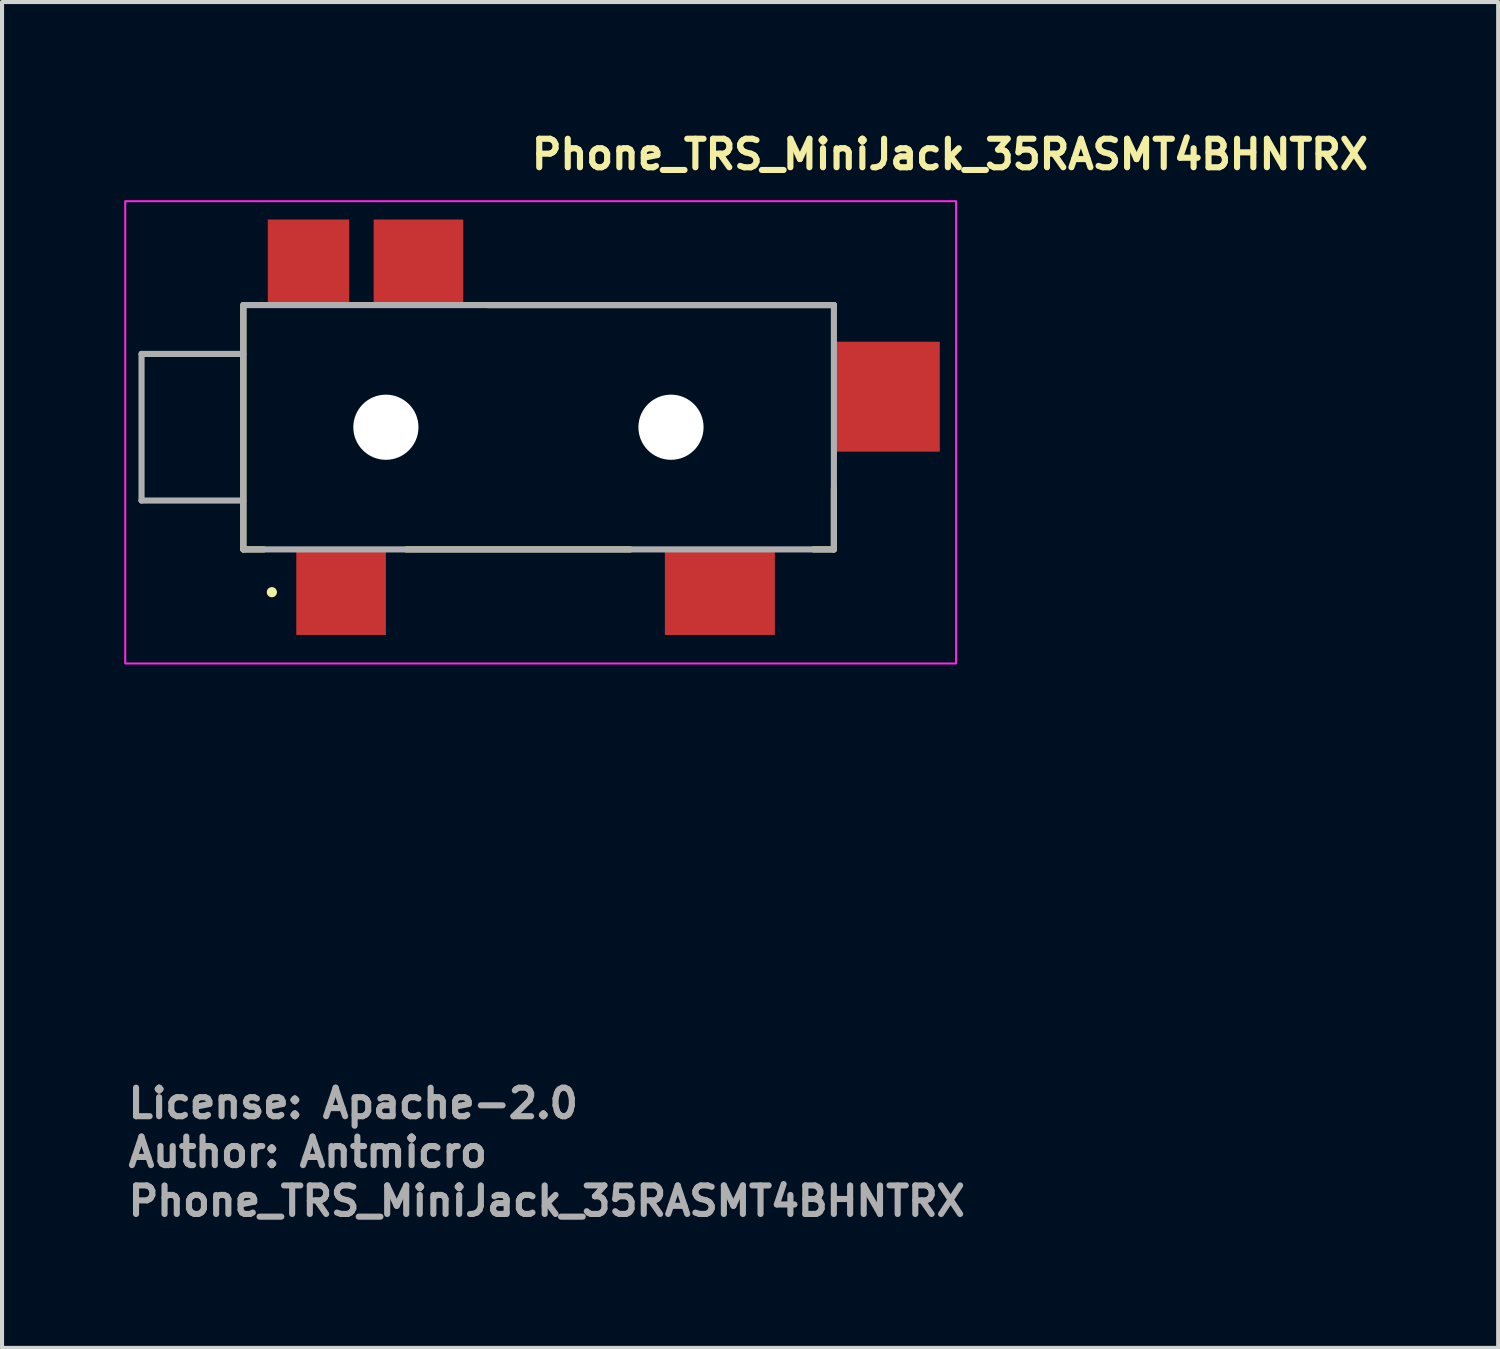
<source format=kicad_pcb>
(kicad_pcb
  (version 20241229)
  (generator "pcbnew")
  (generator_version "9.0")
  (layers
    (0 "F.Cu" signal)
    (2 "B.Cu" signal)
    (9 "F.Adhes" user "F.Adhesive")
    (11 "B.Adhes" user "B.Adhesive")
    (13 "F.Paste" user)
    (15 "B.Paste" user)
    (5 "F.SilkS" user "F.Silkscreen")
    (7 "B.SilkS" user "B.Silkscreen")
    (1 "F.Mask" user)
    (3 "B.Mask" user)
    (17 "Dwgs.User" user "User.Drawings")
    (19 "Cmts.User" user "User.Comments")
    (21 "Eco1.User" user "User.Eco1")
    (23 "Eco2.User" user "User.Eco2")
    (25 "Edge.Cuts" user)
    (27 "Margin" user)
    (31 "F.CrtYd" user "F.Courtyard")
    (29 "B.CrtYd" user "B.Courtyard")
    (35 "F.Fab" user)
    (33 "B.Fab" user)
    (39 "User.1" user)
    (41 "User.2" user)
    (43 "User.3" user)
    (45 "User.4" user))
  (footprint "Phone_TRS_MiniJack_35RASMT4BHNTRX"
    (layer "F.Cu")
    (at 9.925 7.45)
    (property "Reference" "Phone_TRS_MiniJack_35RASMT4BHNTRX" (at 0 -6.3 0) (layer "F.SilkS") (effects (font (size 0.7 0.7) (thickness 0.15)) (justify left bottom)))
    (attr smd)
    (fp_line (start -7 2.99) (end -7 -3.01) (stroke (width 0.15) (type solid)) (layer "F.SilkS"))
    (fp_line (start -6.5 2.99) (end -7 2.99) (stroke (width 0.15) (type solid)) (layer "F.SilkS"))
    (fp_line (start -3 2.99) (end 2.5 2.99) (stroke (width 0.15) (type solid)) (layer "F.SilkS"))
    (fp_line (start -1 -3.01) (end 7.5 -3.01) (stroke (width 0.15) (type solid)) (layer "F.SilkS"))
    (fp_line (start 7 2.99) (end 7.5 2.99) (stroke (width 0.15) (type solid)) (layer "F.SilkS"))
    (fp_line (start 7.5 2.99) (end 7.5 1.49) (stroke (width 0.15) (type solid)) (layer "F.SilkS"))
    (fp_circle (center -6.3 4.04) (end -6.25 4.04) (stroke (width 0.15) (type solid)) (fill yes) (layer "F.SilkS"))
    (fp_rect (start -9.9 -5.56) (end 10.5 5.79) (stroke (width 0.05) (type solid)) (fill no) (layer "F.CrtYd"))
    (fp_line (start -9.5 -1.81) (end -9.5 1.79) (stroke (width 0.15) (type solid)) (layer "F.Fab"))
    (fp_line (start -9.5 1.79) (end -7 1.79) (stroke (width 0.15) (type solid)) (layer "F.Fab"))
    (fp_line (start -7 -3.01) (end 7.5 -3.01) (stroke (width 0.15) (type solid)) (layer "F.Fab"))
    (fp_line (start -7 -1.81) (end -9.5 -1.81) (stroke (width 0.15) (type solid)) (layer "F.Fab"))
    (fp_line (start -7 2.99) (end -7 -3.01) (stroke (width 0.15) (type solid)) (layer "F.Fab"))
    (fp_line (start 7.5 -3.01) (end 7.5 2.99) (stroke (width 0.15) (type solid)) (layer "F.Fab"))
    (fp_line (start 7.5 2.99) (end -7 2.99) (stroke (width 0.15) (type solid)) (layer "F.Fab"))
    (fp_rect (start -9.5 -4.496) (end 9.5 4.496) (stroke (width 0.1) (type solid)) (fill no) (layer "User.5"))
    (fp_line (start -9.5 -2.375) (end -9.5 -2.315) (stroke (width 0.02) (type solid)) (layer "User.9"))
    (fp_line (start -9.5 -2.375) (end -9.373 -2.502) (stroke (width 0.02) (type solid)) (layer "User.9"))
    (fp_line (start -9.5 -2.315) (end -9.5 -2.315) (stroke (width 0.02) (type solid)) (layer "User.9"))
    (fp_line (start -9.5 -2.315) (end -9.5 -2.14) (stroke (width 0.02) (type solid)) (layer "User.9"))
    (fp_line (start -9.5 -2.14) (end -9.5 -2.14) (stroke (width 0.02) (type solid)) (layer "User.9"))
    (fp_line (start -9.5 -2.14) (end -9.5 -1.857) (stroke (width 0.02) (type solid)) (layer "User.9"))
    (fp_line (start -9.5 -1.857) (end -9.5 -1.857) (stroke (width 0.02) (type solid)) (layer "User.9"))
    (fp_line (start -9.5 -1.857) (end -9.5 -1.481) (stroke (width 0.02) (type solid)) (layer "User.9"))
    (fp_line (start -9.5 -1.481) (end -9.5 -1.481) (stroke (width 0.02) (type solid)) (layer "User.9"))
    (fp_line (start -9.5 -1.481) (end -9.5 -1.03) (stroke (width 0.02) (type solid)) (layer "User.9"))
    (fp_line (start -9.5 -1.03) (end -9.5 -1.03) (stroke (width 0.02) (type solid)) (layer "User.9"))
    (fp_line (start -9.5 -1.03) (end -9.5 -0.528) (stroke (width 0.02) (type solid)) (layer "User.9"))
    (fp_line (start -9.5 -0.528) (end -9.5 -0.528) (stroke (width 0.02) (type solid)) (layer "User.9"))
    (fp_line (start -9.5 -0.528) (end -9.5 0) (stroke (width 0.02) (type solid)) (layer "User.9"))
    (fp_line (start -9.5 0) (end -9.5 0) (stroke (width 0.02) (type solid)) (layer "User.9"))
    (fp_line (start -9.5 0) (end -9.5 0.528) (stroke (width 0.02) (type solid)) (layer "User.9"))
    (fp_line (start -9.5 0.528) (end -9.5 0.528) (stroke (width 0.02) (type solid)) (layer "User.9"))
    (fp_line (start -9.5 0.528) (end -9.5 1.03) (stroke (width 0.02) (type solid)) (layer "User.9"))
    (fp_line (start -9.5 1.03) (end -9.5 1.03) (stroke (width 0.02) (type solid)) (layer "User.9"))
    (fp_line (start -9.5 1.03) (end -9.5 1.481) (stroke (width 0.02) (type solid)) (layer "User.9"))
    (fp_line (start -9.5 1.481) (end -9.5 1.481) (stroke (width 0.02) (type solid)) (layer "User.9"))
    (fp_line (start -9.5 1.481) (end -9.5 1.857) (stroke (width 0.02) (type solid)) (layer "User.9"))
    (fp_line (start -9.5 1.857) (end -9.5 1.857) (stroke (width 0.02) (type solid)) (layer "User.9"))
    (fp_line (start -9.5 1.857) (end -9.5 2.14) (stroke (width 0.02) (type solid)) (layer "User.9"))
    (fp_line (start -9.5 2.14) (end -9.5 2.14) (stroke (width 0.02) (type solid)) (layer "User.9"))
    (fp_line (start -9.5 2.14) (end -9.5 2.315) (stroke (width 0.02) (type solid)) (layer "User.9"))
    (fp_line (start -9.5 2.315) (end -9.5 2.315) (stroke (width 0.02) (type solid)) (layer "User.9"))
    (fp_line (start -9.5 2.315) (end -9.5 2.375) (stroke (width 0.02) (type solid)) (layer "User.9"))
    (fp_line (start -9.5 2.375) (end -9.373 2.502) (stroke (width 0.02) (type solid)) (layer "User.9"))
    (fp_line (start -9.373 -2.502) (end -9.373 -2.439) (stroke (width 0.02) (type solid)) (layer "User.9"))
    (fp_line (start -9.373 -2.502) (end -7.01 -2.502) (stroke (width 0.02) (type solid)) (layer "User.9"))
    (fp_line (start -9.373 -2.439) (end -9.373 -2.439) (stroke (width 0.02) (type solid)) (layer "User.9"))
    (fp_line (start -9.373 -2.439) (end -9.373 -2.254) (stroke (width 0.02) (type solid)) (layer "User.9"))
    (fp_line (start -9.373 -2.254) (end -9.373 -2.254) (stroke (width 0.02) (type solid)) (layer "User.9"))
    (fp_line (start -9.373 -2.254) (end -9.373 -1.956) (stroke (width 0.02) (type solid)) (layer "User.9"))
    (fp_line (start -9.373 -1.956) (end -9.373 -1.956) (stroke (width 0.02) (type solid)) (layer "User.9"))
    (fp_line (start -9.373 -1.956) (end -9.373 -1.56) (stroke (width 0.02) (type solid)) (layer "User.9"))
    (fp_line (start -9.373 -1.56) (end -9.373 -1.56) (stroke (width 0.02) (type solid)) (layer "User.9"))
    (fp_line (start -9.373 -1.56) (end -9.373 -1.086) (stroke (width 0.02) (type solid)) (layer "User.9"))
    (fp_line (start -9.373 -1.086) (end -9.373 -1.086) (stroke (width 0.02) (type solid)) (layer "User.9"))
    (fp_line (start -9.373 -1.086) (end -9.373 -0.557) (stroke (width 0.02) (type solid)) (layer "User.9"))
    (fp_line (start -9.373 -0.557) (end -9.373 -0.557) (stroke (width 0.02) (type solid)) (layer "User.9"))
    (fp_line (start -9.373 -0.557) (end -9.373 0) (stroke (width 0.02) (type solid)) (layer "User.9"))
    (fp_line (start -9.373 0) (end -9.373 0) (stroke (width 0.02) (type solid)) (layer "User.9"))
    (fp_line (start -9.373 0) (end -9.373 0.557) (stroke (width 0.02) (type solid)) (layer "User.9"))
    (fp_line (start -9.373 0.557) (end -9.373 0.557) (stroke (width 0.02) (type solid)) (layer "User.9"))
    (fp_line (start -9.373 0.557) (end -9.373 1.086) (stroke (width 0.02) (type solid)) (layer "User.9"))
    (fp_line (start -9.373 1.086) (end -9.373 1.086) (stroke (width 0.02) (type solid)) (layer "User.9"))
    (fp_line (start -9.373 1.086) (end -9.373 1.56) (stroke (width 0.02) (type solid)) (layer "User.9"))
    (fp_line (start -9.373 1.56) (end -9.373 1.56) (stroke (width 0.02) (type solid)) (layer "User.9"))
    (fp_line (start -9.373 1.56) (end -9.373 1.956) (stroke (width 0.02) (type solid)) (layer "User.9"))
    (fp_line (start -9.373 1.956) (end -9.373 1.956) (stroke (width 0.02) (type solid)) (layer "User.9"))
    (fp_line (start -9.373 1.956) (end -9.373 2.254) (stroke (width 0.02) (type solid)) (layer "User.9"))
    (fp_line (start -9.373 2.254) (end -9.373 2.254) (stroke (width 0.02) (type solid)) (layer "User.9"))
    (fp_line (start -9.373 2.254) (end -9.373 2.439) (stroke (width 0.02) (type solid)) (layer "User.9"))
    (fp_line (start -9.373 2.439) (end -9.373 2.439) (stroke (width 0.02) (type solid)) (layer "User.9"))
    (fp_line (start -9.373 2.439) (end -9.373 2.502) (stroke (width 0.02) (type solid)) (layer "User.9"))
    (fp_line (start -9.373 2.502) (end -7.01 2.502) (stroke (width 0.02) (type solid)) (layer "User.9"))
    (fp_line (start -7.01 -2.997) (end -7.01 0) (stroke (width 0.02) (type solid)) (layer "User.9"))
    (fp_line (start -7.01 0) (end -7.01 2.997) (stroke (width 0.02) (type solid)) (layer "User.9"))
    (fp_line (start -6.248 2.388) (end -4.089 2.388) (stroke (width 0.02) (type solid)) (layer "User.9"))
    (fp_line (start -6.248 2.997) (end -7.01 2.997) (stroke (width 0.02) (type solid)) (layer "User.9"))
    (fp_line (start -6.248 2.997) (end -6.248 2.388) (stroke (width 0.02) (type solid)) (layer "User.9"))
    (fp_line (start -6.045 2.638) (end -6.045 2.388) (stroke (width 0.02) (type solid)) (layer "User.9"))
    (fp_line (start -6.045 2.638) (end -5.738 2.638) (stroke (width 0.02) (type solid)) (layer "User.9"))
    (fp_line (start -5.738 2.638) (end -5.738 2.388) (stroke (width 0.02) (type solid)) (layer "User.9"))
    (fp_line (start -5.738 2.638) (end -4.579 2.638) (stroke (width 0.02) (type solid)) (layer "User.9"))
    (fp_line (start -5.676 -4.496) (end -4.889 -4.496) (stroke (width 0.02) (type solid)) (layer "User.9"))
    (fp_line (start -5.676 -2.997) (end -5.676 -4.496) (stroke (width 0.02) (type solid)) (layer "User.9"))
    (fp_line (start -5.08 2.738) (end -5.08 2.638) (stroke (width 0.02) (type solid)) (layer "User.9"))
    (fp_line (start -5.08 2.738) (end -5.08 4.496) (stroke (width 0.02) (type solid)) (layer "User.9"))
    (fp_line (start -5.08 4.496) (end -4.089 4.496) (stroke (width 0.02) (type solid)) (layer "User.9"))
    (fp_line (start -4.889 -4.496) (end -4.889 -2.997) (stroke (width 0.02) (type solid)) (layer "User.9"))
    (fp_line (start -4.579 2.388) (end -4.089 2.388) (stroke (width 0.02) (type solid)) (layer "User.9"))
    (fp_line (start -4.579 2.638) (end -4.579 2.388) (stroke (width 0.02) (type solid)) (layer "User.9"))
    (fp_line (start -4.579 2.638) (end -4.089 2.638) (stroke (width 0.02) (type solid)) (layer "User.9"))
    (fp_line (start -4.089 2.388) (end -4.089 2.997) (stroke (width 0.02) (type solid)) (layer "User.9"))
    (fp_line (start -4.089 2.638) (end -4.089 2.388) (stroke (width 0.02) (type solid)) (layer "User.9"))
    (fp_line (start -4.089 2.997) (end 7.493 2.997) (stroke (width 0.02) (type solid)) (layer "User.9"))
    (fp_line (start -4.089 4.496) (end -4.089 2.997) (stroke (width 0.02) (type solid)) (layer "User.9"))
    (fp_line (start -3.213 -4.496) (end -2.222 -4.496) (stroke (width 0.02) (type solid)) (layer "User.9"))
    (fp_line (start -3.213 -2.997) (end -7.01 -2.997) (stroke (width 0.02) (type solid)) (layer "User.9"))
    (fp_line (start -3.213 -2.997) (end -3.213 -4.496) (stroke (width 0.02) (type solid)) (layer "User.9"))
    (fp_line (start -3.213 -2.65) (end -3.213 -2.4) (stroke (width 0.02) (type solid)) (layer "User.9"))
    (fp_line (start -3.213 -2.65) (end -1.181 -2.65) (stroke (width 0.02) (type solid)) (layer "User.9"))
    (fp_line (start -3.213 -2.4) (end -3.213 -2.997) (stroke (width 0.02) (type solid)) (layer "User.9"))
    (fp_line (start -3.213 -2.4) (end -1.181 -2.4) (stroke (width 0.02) (type solid)) (layer "User.9"))
    (fp_line (start -2.222 -4.496) (end -2.222 -2.75) (stroke (width 0.02) (type solid)) (layer "User.9"))
    (fp_line (start -2.222 -2.75) (end -2.222 -2.65) (stroke (width 0.02) (type solid)) (layer "User.9"))
    (fp_line (start -1.181 -2.65) (end -1.181 -2.4) (stroke (width 0.02) (type solid)) (layer "User.9"))
    (fp_line (start -1.054 -2.997) (end -1.054 -2.4) (stroke (width 0.02) (type solid)) (layer "User.9"))
    (fp_line (start -1.054 -2.4) (end -3.213 -2.4) (stroke (width 0.02) (type solid)) (layer "User.9"))
    (fp_line (start 3.95 2.997) (end 3.95 4.496) (stroke (width 0.02) (type solid)) (layer "User.9"))
    (fp_line (start 3.95 4.496) (end 5.448 4.496) (stroke (width 0.02) (type solid)) (layer "User.9"))
    (fp_line (start 5.448 4.496) (end 5.448 2.997) (stroke (width 0.02) (type solid)) (layer "User.9"))
    (fp_line (start 7.493 -2.997) (end -1.054 -2.997) (stroke (width 0.02) (type solid)) (layer "User.9"))
    (fp_line (start 7.493 2.997) (end 7.493 -2.997) (stroke (width 0.02) (type solid)) (layer "User.9"))
    (fp_line (start 7.747 -1.499) (end 7.493 -1.499) (stroke (width 0.02) (type solid)) (layer "User.9"))
    (fp_line (start 7.747 -1.499) (end 7.874 -1.499) (stroke (width 0.02) (type solid)) (layer "User.9"))
    (fp_line (start 7.747 0.508) (end 7.493 0.508) (stroke (width 0.02) (type solid)) (layer "User.9"))
    (fp_line (start 7.747 0.508) (end 7.747 -1.499) (stroke (width 0.02) (type solid)) (layer "User.9"))
    (fp_line (start 7.874 0.508) (end 7.747 0.508) (stroke (width 0.02) (type solid)) (layer "User.9"))
    (fp_line (start 7.874 0.508) (end 7.874 0) (stroke (width 0.02) (type solid)) (layer "User.9"))
    (fp_line (start 9.5 -1.499) (end 7.874 -1.499) (stroke (width 0.02) (type solid)) (layer "User.9"))
    (fp_line (start 9.5 -1.499) (end 9.5 0) (stroke (width 0.02) (type solid)) (layer "User.9"))
    (fp_line (start 9.5 0) (end 7.874 0) (stroke (width 0.02) (type solid)) (layer "User.9"))
    (fp_text user "${REFERENCE}" (at -9.9 19.4 0) (layer "F.Fab") (effects (font (size 0.7 0.7) (thickness 0.15)) (justify left bottom)))
    (fp_text user "Author: Antmicro" (at -9.9 18.2 0) (layer "F.Fab") (effects (font (size 0.7 0.7) (thickness 0.15)) (justify left bottom)))
    (fp_text user "License: Apache-2.0" (at -9.9 17 0) (layer "F.Fab") (effects (font (size 0.7 0.7) (thickness 0.15)) (justify left bottom)))
    (pad "" np_thru_hole circle (at -3.5 -0.01) (size 1.6 1.6) (drill 1.6) (layers "*.Cu" "*.Mask"))
    (pad "" np_thru_hole circle (at 3.5 -0.01) (size 1.6 1.6) (drill 1.6) (layers "*.Cu" "*.Mask"))
    (pad "1" smd rect (at -4.6 4.04 90) (size 2.1 2.2) (layers "F.Cu" "F.Mask" "F.Paste"))
    (pad "2" smd rect (at -2.7 -4.06 90) (size 2.1 2.2) (layers "F.Cu" "F.Mask" "F.Paste"))
    (pad "3" smd rect (at 4.7 4.04 90) (size 2.1 2.7) (layers "F.Cu" "F.Mask" "F.Paste"))
    (pad "4" smd rect (at -5.4 -4.06) (size 2 2.1) (layers "F.Cu" "F.Mask" "F.Paste"))
    (pad "5" smd rect (at 8.8 -0.76) (size 2.6 2.7) (layers "F.Cu" "F.Mask" "F.Paste")))
  (gr_rect
    (start -3 -3)
    (end 33.735 30.046)
    (stroke (width 0.1) (type default))
    (fill no)
    (layer "Edge.Cuts")))
</source>
